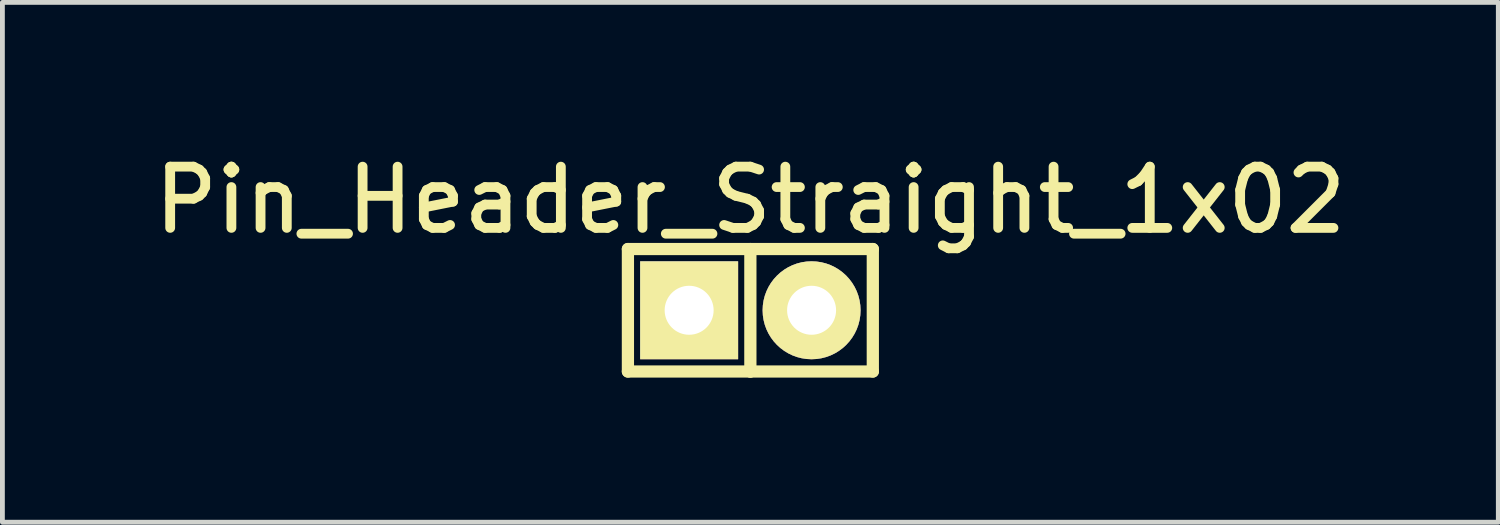
<source format=kicad_pcb>
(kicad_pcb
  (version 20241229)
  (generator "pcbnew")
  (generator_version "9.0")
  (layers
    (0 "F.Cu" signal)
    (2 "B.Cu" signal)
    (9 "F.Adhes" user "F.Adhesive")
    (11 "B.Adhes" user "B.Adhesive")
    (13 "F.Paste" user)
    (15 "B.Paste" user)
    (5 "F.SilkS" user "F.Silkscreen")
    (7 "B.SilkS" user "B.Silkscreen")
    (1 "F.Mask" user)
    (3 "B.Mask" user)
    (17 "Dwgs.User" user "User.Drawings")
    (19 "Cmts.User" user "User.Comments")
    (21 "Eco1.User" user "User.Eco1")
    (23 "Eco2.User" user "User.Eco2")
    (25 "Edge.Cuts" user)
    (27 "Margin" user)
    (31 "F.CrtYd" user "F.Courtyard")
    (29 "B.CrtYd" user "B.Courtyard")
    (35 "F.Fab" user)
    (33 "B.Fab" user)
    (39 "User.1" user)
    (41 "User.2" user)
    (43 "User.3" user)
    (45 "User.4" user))
  (footprint "Pin_Header_Straight_1x02"
    (layer "F.Cu")
    (at 12.515 3.386)
    (property "Reference" "Pin_Header_Straight_1x02" (at 0 -2.286 0) (layer "F.SilkS") (effects (font (size 1.27 1.27) (thickness 0.203))))
    (attr through_hole)
    (fp_line (start -2.54 -1.27) (end -2.54 1.27) (stroke (width 0.254) (type solid)) (layer "F.SilkS"))
    (fp_line (start -2.54 1.27) (end 0 1.27) (stroke (width 0.254) (type solid)) (layer "F.SilkS"))
    (fp_line (start 0 -1.27) (end 0 1.27) (stroke (width 0.254) (type solid)) (layer "F.SilkS"))
    (fp_line (start 0 1.27) (end 2.54 1.27) (stroke (width 0.254) (type solid)) (layer "F.SilkS"))
    (fp_line (start 2.54 -1.27) (end -2.54 -1.27) (stroke (width 0.254) (type solid)) (layer "F.SilkS"))
    (fp_line (start 2.54 1.27) (end 2.54 -1.27) (stroke (width 0.254) (type solid)) (layer "F.SilkS"))
    (pad "1" thru_hole rect (at -1.27 0) (size 2.032 2.032) (drill 1.016) (layers "*.Cu" "*.Mask" "F.SilkS"))
    (pad "2" thru_hole oval (at 1.27 0) (size 2.032 2.032) (drill 1.016) (layers "*.Cu" "*.Mask" "F.SilkS")))
  (gr_rect
    (start -3 -3)
    (end 28.03 7.783)
    (stroke (width 0.1) (type default))
    (fill no)
    (layer "Edge.Cuts")))
</source>
